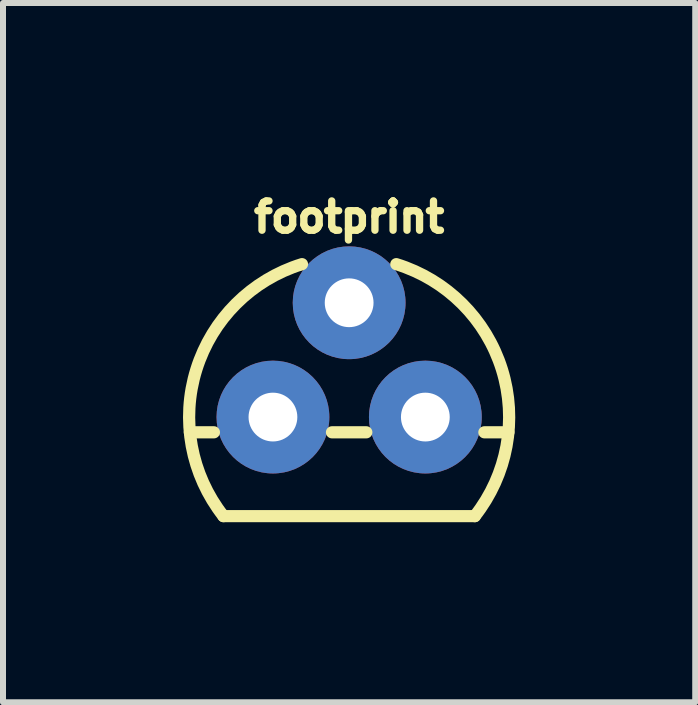
<source format=kicad_pcb>
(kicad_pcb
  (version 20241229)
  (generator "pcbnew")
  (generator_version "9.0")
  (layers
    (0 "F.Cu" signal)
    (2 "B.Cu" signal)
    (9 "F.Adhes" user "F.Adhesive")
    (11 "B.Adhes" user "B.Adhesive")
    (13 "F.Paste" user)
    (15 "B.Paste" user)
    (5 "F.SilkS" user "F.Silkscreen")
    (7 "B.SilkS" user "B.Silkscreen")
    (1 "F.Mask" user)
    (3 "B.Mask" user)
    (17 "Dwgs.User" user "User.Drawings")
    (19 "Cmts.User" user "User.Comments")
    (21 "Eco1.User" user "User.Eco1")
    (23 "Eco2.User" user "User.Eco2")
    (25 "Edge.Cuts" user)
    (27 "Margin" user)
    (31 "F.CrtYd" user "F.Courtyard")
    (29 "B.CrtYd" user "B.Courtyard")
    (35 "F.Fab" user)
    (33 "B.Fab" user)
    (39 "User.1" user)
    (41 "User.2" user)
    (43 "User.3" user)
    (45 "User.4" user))
  (footprint "footprint"
    (layer "F.Cu")
    (at 2.769 3.901)
    (property "Reference" "footprint" (at 0 -3.048 0) (layer "F.SilkS") (effects (font (size 0.488 0.488) (thickness 0.122)) (justify bottom)))
    (fp_line (start -2.655 0.254) (end -2.254 0.254) (stroke (width 0.203) (type solid)) (layer "F.SilkS"))
    (fp_line (start -2.095 1.651) (end 2.095 1.651) (stroke (width 0.203) (type solid)) (layer "F.SilkS"))
    (fp_line (start -0.286 0.254) (end 0.286 0.254) (stroke (width 0.203) (type solid)) (layer "F.SilkS"))
    (fp_line (start 2.254 0.254) (end 2.655 0.254) (stroke (width 0.203) (type solid)) (layer "F.SilkS"))
    (fp_arc (start -2.094599 1.650999) (mid -2.546339 -0.793276) (end -0.7863 -2.5485) (stroke (width 0.2032) (type solid)) (layer "F.SilkS"))
    (fp_arc (start 0.7863 -2.548397) (mid 2.546269 -0.7932) (end 2.0945 1.651) (stroke (width 0.2032) (type solid)) (layer "F.SilkS"))
    (pad "1" thru_hole circle (at -1.27 0) (size 1.88 1.88) (drill 0.813) (layers "*.Cu" "*.Mask"))
    (pad "2" thru_hole circle (at 0 -1.905) (size 1.88 1.88) (drill 0.813) (layers "*.Cu" "*.Mask"))
    (pad "3" thru_hole circle (at 1.27 0) (size 1.88 1.88) (drill 0.813) (layers "*.Cu" "*.Mask")))
  (gr_rect
    (start -3 -3)
    (end 8.537 8.654)
    (stroke (width 0.1) (type default))
    (fill no)
    (layer "Edge.Cuts")))
</source>
